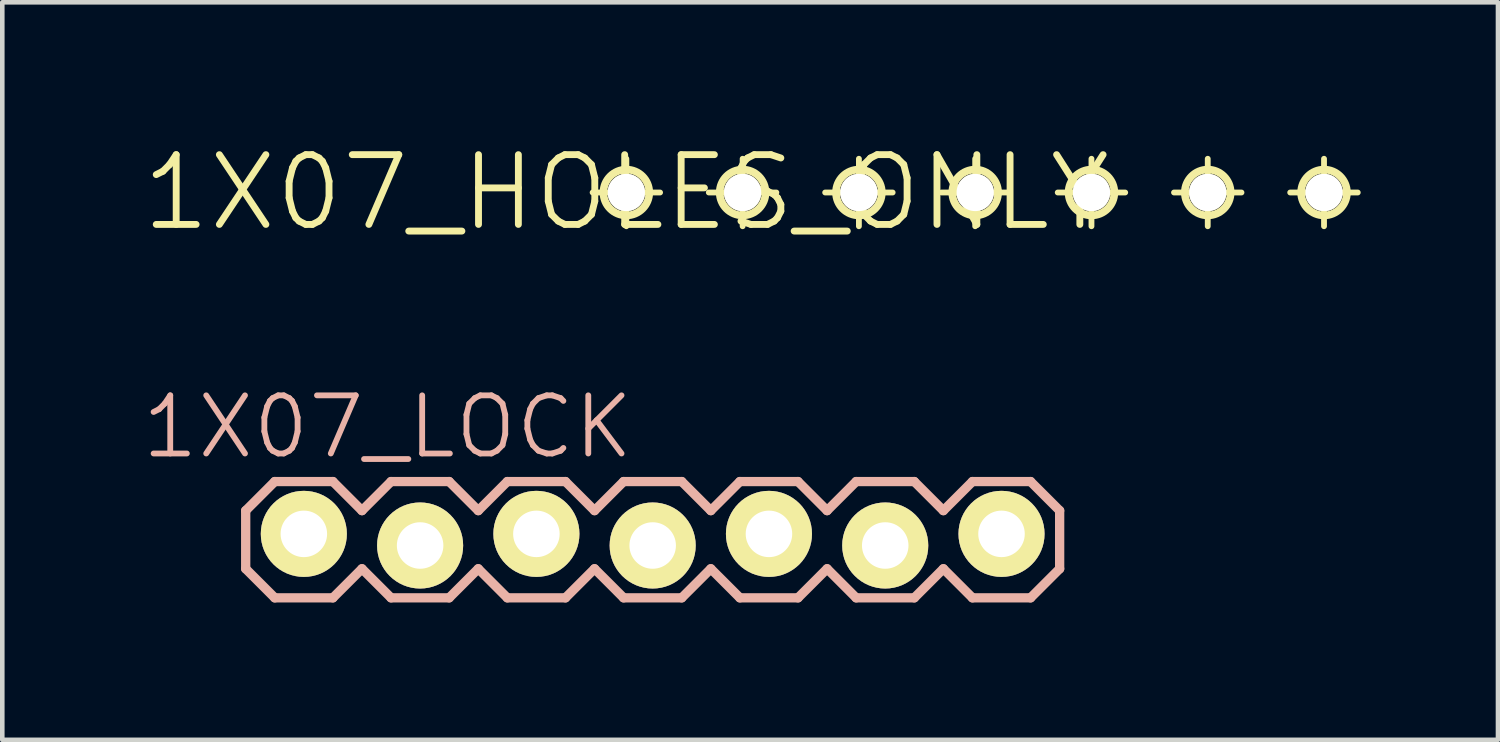
<source format=kicad_pcb>
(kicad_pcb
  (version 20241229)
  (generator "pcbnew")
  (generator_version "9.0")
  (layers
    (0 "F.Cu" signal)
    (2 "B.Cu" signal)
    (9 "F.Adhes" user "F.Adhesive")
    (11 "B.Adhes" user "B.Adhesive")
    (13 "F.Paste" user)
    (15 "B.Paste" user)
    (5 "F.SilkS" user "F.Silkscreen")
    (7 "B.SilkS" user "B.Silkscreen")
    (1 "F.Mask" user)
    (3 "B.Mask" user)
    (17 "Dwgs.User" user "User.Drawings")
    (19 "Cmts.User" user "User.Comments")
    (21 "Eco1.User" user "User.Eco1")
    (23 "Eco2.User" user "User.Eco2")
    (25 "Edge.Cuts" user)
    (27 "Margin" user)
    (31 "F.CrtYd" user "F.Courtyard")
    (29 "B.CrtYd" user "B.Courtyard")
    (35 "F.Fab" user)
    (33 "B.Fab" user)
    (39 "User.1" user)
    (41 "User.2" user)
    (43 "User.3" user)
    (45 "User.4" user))
  (footprint "1X07_HOLES_ONLY"
    (layer "F.Cu")
    (at 10.632 1.155)
    (property "Reference" "1X07_HOLES_ONLY" (at 0 0 0) (layer "F.SilkS") (effects (font (size 1.524 1.524) (thickness 0.15))))
    (attr exclude_from_pos_files exclude_from_bom)
    (fp_line (start -0.737 0) (end 0.737 0) (stroke (width 0.127) (type solid)) (layer "F.SilkS"))
    (fp_line (start 0 0.737) (end 0 -0.737) (stroke (width 0.127) (type solid)) (layer "F.SilkS"))
    (fp_line (start 1.801 0) (end 3.277 0) (stroke (width 0.127) (type solid)) (layer "F.SilkS"))
    (fp_line (start 2.54 0.737) (end 2.54 -0.737) (stroke (width 0.127) (type solid)) (layer "F.SilkS"))
    (fp_line (start 4.343 0) (end 5.817 0) (stroke (width 0.127) (type solid)) (layer "F.SilkS"))
    (fp_line (start 5.08 0.737) (end 5.08 -0.737) (stroke (width 0.127) (type solid)) (layer "F.SilkS"))
    (fp_line (start 6.883 0) (end 8.357 0) (stroke (width 0.127) (type solid)) (layer "F.SilkS"))
    (fp_line (start 7.62 0.737) (end 7.62 -0.737) (stroke (width 0.127) (type solid)) (layer "F.SilkS"))
    (fp_line (start 9.423 0) (end 10.897 0) (stroke (width 0.127) (type solid)) (layer "F.SilkS"))
    (fp_line (start 10.16 0.737) (end 10.16 -0.737) (stroke (width 0.127) (type solid)) (layer "F.SilkS"))
    (fp_line (start 11.963 0) (end 13.437 0) (stroke (width 0.127) (type solid)) (layer "F.SilkS"))
    (fp_line (start 12.7 0.737) (end 12.7 -0.737) (stroke (width 0.127) (type solid)) (layer "F.SilkS"))
    (fp_line (start 14.501 0) (end 15.977 0) (stroke (width 0.127) (type solid)) (layer "F.SilkS"))
    (fp_line (start 15.24 0.737) (end 15.24 -0.737) (stroke (width 0.127) (type solid)) (layer "F.SilkS"))
    (fp_circle (center 0 0) (end -0.368 0.368) (stroke (width 0.127) (type solid)) (fill no) (layer "F.SilkS"))
    (fp_circle (center 0 0) (end -0.318 0.318) (stroke (width 0.064) (type solid)) (fill no) (layer "F.SilkS"))
    (fp_circle (center 2.54 0) (end 2.857 0.318) (stroke (width 0.064) (type solid)) (fill no) (layer "F.SilkS"))
    (fp_circle (center 2.54 0) (end 2.908 0.368) (stroke (width 0.127) (type solid)) (fill no) (layer "F.SilkS"))
    (fp_circle (center 5.08 0) (end 5.397 0.318) (stroke (width 0.064) (type solid)) (fill no) (layer "F.SilkS"))
    (fp_circle (center 5.08 0) (end 5.448 0.368) (stroke (width 0.127) (type solid)) (fill no) (layer "F.SilkS"))
    (fp_circle (center 7.62 0) (end 7.938 0.318) (stroke (width 0.064) (type solid)) (fill no) (layer "F.SilkS"))
    (fp_circle (center 7.62 0) (end 7.988 0.368) (stroke (width 0.127) (type solid)) (fill no) (layer "F.SilkS"))
    (fp_circle (center 10.16 0) (end 10.477 0.318) (stroke (width 0.064) (type solid)) (fill no) (layer "F.SilkS"))
    (fp_circle (center 10.16 0) (end 10.528 0.368) (stroke (width 0.127) (type solid)) (fill no) (layer "F.SilkS"))
    (fp_circle (center 12.7 0) (end 13.018 0.318) (stroke (width 0.064) (type solid)) (fill no) (layer "F.SilkS"))
    (fp_circle (center 12.7 0) (end 13.068 0.368) (stroke (width 0.127) (type solid)) (fill no) (layer "F.SilkS"))
    (fp_circle (center 15.24 0) (end 15.557 0.318) (stroke (width 0.064) (type solid)) (fill no) (layer "F.SilkS"))
    (fp_circle (center 15.24 0) (end 15.608 0.368) (stroke (width 0.127) (type solid)) (fill no) (layer "F.SilkS"))
    (pad "1" thru_hole circle (at 0 0) (size 0.813 0.813) (drill 0.889) (layers "*.Cu" "F.Mask" "F.SilkS" "F.Paste"))
    (pad "2" thru_hole circle (at 2.54 0) (size 0.813 0.813) (drill 0.889) (layers "*.Cu" "F.Mask" "F.SilkS" "F.Paste"))
    (pad "3" thru_hole circle (at 5.08 0) (size 0.813 0.813) (drill 0.889) (layers "*.Cu" "F.Mask" "F.SilkS" "F.Paste"))
    (pad "4" thru_hole circle (at 7.62 0) (size 0.813 0.813) (drill 0.889) (layers "*.Cu" "F.Mask" "F.SilkS" "F.Paste"))
    (pad "5" thru_hole circle (at 10.16 0) (size 0.813 0.813) (drill 0.889) (layers "*.Cu" "F.Mask" "F.SilkS" "F.Paste"))
    (pad "6" thru_hole circle (at 12.7 0) (size 0.813 0.813) (drill 0.889) (layers "*.Cu" "F.Mask" "F.SilkS" "F.Paste"))
    (pad "7" thru_hole circle (at 15.24 0) (size 0.813 0.813) (drill 0.889) (layers "*.Cu" "F.Mask" "F.SilkS" "F.Paste")))
  (footprint "1X07_LOCK"
    (layer "F.Cu")
    (at 3.587 8.739)
    (property "Reference" "1X07_LOCK" (at 1.829 -2.464 0) (layer "B.SilkS") (effects (font (size 1.27 1.27) (thickness 0.127))))
    (attr exclude_from_pos_files exclude_from_bom)
    (fp_line (start -0.254 -0.254) (end 0.254 -0.254) (stroke (width 0.066) (type solid)) (layer "F.SilkS"))
    (fp_line (start -0.254 0.254) (end -0.254 -0.254) (stroke (width 0.066) (type solid)) (layer "F.SilkS"))
    (fp_line (start -0.254 0.254) (end 0.254 0.254) (stroke (width 0.066) (type solid)) (layer "F.SilkS"))
    (fp_line (start 0.254 0.254) (end 0.254 -0.254) (stroke (width 0.066) (type solid)) (layer "F.SilkS"))
    (fp_line (start 2.286 -0.254) (end 2.794 -0.254) (stroke (width 0.066) (type solid)) (layer "F.SilkS"))
    (fp_line (start 2.286 0.254) (end 2.286 -0.254) (stroke (width 0.066) (type solid)) (layer "F.SilkS"))
    (fp_line (start 2.286 0.254) (end 2.794 0.254) (stroke (width 0.066) (type solid)) (layer "F.SilkS"))
    (fp_line (start 2.794 0.254) (end 2.794 -0.254) (stroke (width 0.066) (type solid)) (layer "F.SilkS"))
    (fp_line (start 4.826 -0.254) (end 5.334 -0.254) (stroke (width 0.066) (type solid)) (layer "F.SilkS"))
    (fp_line (start 4.826 0.254) (end 4.826 -0.254) (stroke (width 0.066) (type solid)) (layer "F.SilkS"))
    (fp_line (start 4.826 0.254) (end 5.334 0.254) (stroke (width 0.066) (type solid)) (layer "F.SilkS"))
    (fp_line (start 5.334 0.254) (end 5.334 -0.254) (stroke (width 0.066) (type solid)) (layer "F.SilkS"))
    (fp_line (start 7.366 -0.254) (end 7.874 -0.254) (stroke (width 0.066) (type solid)) (layer "F.SilkS"))
    (fp_line (start 7.366 0.254) (end 7.366 -0.254) (stroke (width 0.066) (type solid)) (layer "F.SilkS"))
    (fp_line (start 7.366 0.254) (end 7.874 0.254) (stroke (width 0.066) (type solid)) (layer "F.SilkS"))
    (fp_line (start 7.874 0.254) (end 7.874 -0.254) (stroke (width 0.066) (type solid)) (layer "F.SilkS"))
    (fp_line (start 9.906 -0.254) (end 10.414 -0.254) (stroke (width 0.066) (type solid)) (layer "F.SilkS"))
    (fp_line (start 9.906 0.254) (end 9.906 -0.254) (stroke (width 0.066) (type solid)) (layer "F.SilkS"))
    (fp_line (start 9.906 0.254) (end 10.414 0.254) (stroke (width 0.066) (type solid)) (layer "F.SilkS"))
    (fp_line (start 10.414 0.254) (end 10.414 -0.254) (stroke (width 0.066) (type solid)) (layer "F.SilkS"))
    (fp_line (start 12.446 -0.254) (end 12.954 -0.254) (stroke (width 0.066) (type solid)) (layer "F.SilkS"))
    (fp_line (start 12.446 0.254) (end 12.446 -0.254) (stroke (width 0.066) (type solid)) (layer "F.SilkS"))
    (fp_line (start 12.446 0.254) (end 12.954 0.254) (stroke (width 0.066) (type solid)) (layer "F.SilkS"))
    (fp_line (start 12.954 0.254) (end 12.954 -0.254) (stroke (width 0.066) (type solid)) (layer "F.SilkS"))
    (fp_line (start 14.986 -0.254) (end 15.494 -0.254) (stroke (width 0.066) (type solid)) (layer "F.SilkS"))
    (fp_line (start 14.986 0.254) (end 14.986 -0.254) (stroke (width 0.066) (type solid)) (layer "F.SilkS"))
    (fp_line (start 14.986 0.254) (end 15.494 0.254) (stroke (width 0.066) (type solid)) (layer "F.SilkS"))
    (fp_line (start 15.494 0.254) (end 15.494 -0.254) (stroke (width 0.066) (type solid)) (layer "F.SilkS"))
    (fp_line (start -1.27 -0.635) (end -1.27 0.635) (stroke (width 0.203) (type solid)) (layer "B.SilkS"))
    (fp_line (start -1.27 0.635) (end -0.635 1.27) (stroke (width 0.203) (type solid)) (layer "B.SilkS"))
    (fp_line (start -0.635 -1.27) (end -1.27 -0.635) (stroke (width 0.203) (type solid)) (layer "B.SilkS"))
    (fp_line (start -0.635 -1.27) (end 0.635 -1.27) (stroke (width 0.203) (type solid)) (layer "B.SilkS"))
    (fp_line (start 0.635 -1.27) (end 1.27 -0.635) (stroke (width 0.203) (type solid)) (layer "B.SilkS"))
    (fp_line (start 0.635 1.27) (end -0.635 1.27) (stroke (width 0.203) (type solid)) (layer "B.SilkS"))
    (fp_line (start 1.27 -0.635) (end 1.905 -1.27) (stroke (width 0.203) (type solid)) (layer "B.SilkS"))
    (fp_line (start 1.27 0.635) (end 0.635 1.27) (stroke (width 0.203) (type solid)) (layer "B.SilkS"))
    (fp_line (start 1.905 -1.27) (end 3.175 -1.27) (stroke (width 0.203) (type solid)) (layer "B.SilkS"))
    (fp_line (start 1.905 1.27) (end 1.27 0.635) (stroke (width 0.203) (type solid)) (layer "B.SilkS"))
    (fp_line (start 3.175 -1.27) (end 3.81 -0.635) (stroke (width 0.203) (type solid)) (layer "B.SilkS"))
    (fp_line (start 3.175 1.27) (end 1.905 1.27) (stroke (width 0.203) (type solid)) (layer "B.SilkS"))
    (fp_line (start 3.81 -0.635) (end 4.445 -1.27) (stroke (width 0.203) (type solid)) (layer "B.SilkS"))
    (fp_line (start 3.81 0.635) (end 3.175 1.27) (stroke (width 0.203) (type solid)) (layer "B.SilkS"))
    (fp_line (start 4.445 -1.27) (end 5.715 -1.27) (stroke (width 0.203) (type solid)) (layer "B.SilkS"))
    (fp_line (start 4.445 1.27) (end 3.81 0.635) (stroke (width 0.203) (type solid)) (layer "B.SilkS"))
    (fp_line (start 5.715 -1.27) (end 6.35 -0.635) (stroke (width 0.203) (type solid)) (layer "B.SilkS"))
    (fp_line (start 5.715 1.27) (end 4.445 1.27) (stroke (width 0.203) (type solid)) (layer "B.SilkS"))
    (fp_line (start 6.35 0.635) (end 5.715 1.27) (stroke (width 0.203) (type solid)) (layer "B.SilkS"))
    (fp_line (start 6.35 0.635) (end 6.985 1.27) (stroke (width 0.203) (type solid)) (layer "B.SilkS"))
    (fp_line (start 6.985 -1.27) (end 6.35 -0.635) (stroke (width 0.203) (type solid)) (layer "B.SilkS"))
    (fp_line (start 6.985 -1.27) (end 8.255 -1.27) (stroke (width 0.203) (type solid)) (layer "B.SilkS"))
    (fp_line (start 8.255 -1.27) (end 8.89 -0.635) (stroke (width 0.203) (type solid)) (layer "B.SilkS"))
    (fp_line (start 8.255 1.27) (end 6.985 1.27) (stroke (width 0.203) (type solid)) (layer "B.SilkS"))
    (fp_line (start 8.89 -0.635) (end 9.525 -1.27) (stroke (width 0.203) (type solid)) (layer "B.SilkS"))
    (fp_line (start 8.89 0.635) (end 8.255 1.27) (stroke (width 0.203) (type solid)) (layer "B.SilkS"))
    (fp_line (start 9.525 -1.27) (end 10.795 -1.27) (stroke (width 0.203) (type solid)) (layer "B.SilkS"))
    (fp_line (start 9.525 1.27) (end 8.89 0.635) (stroke (width 0.203) (type solid)) (layer "B.SilkS"))
    (fp_line (start 10.795 -1.27) (end 11.43 -0.635) (stroke (width 0.203) (type solid)) (layer "B.SilkS"))
    (fp_line (start 10.795 1.27) (end 9.525 1.27) (stroke (width 0.203) (type solid)) (layer "B.SilkS"))
    (fp_line (start 11.43 -0.635) (end 12.065 -1.27) (stroke (width 0.203) (type solid)) (layer "B.SilkS"))
    (fp_line (start 11.43 0.635) (end 10.795 1.27) (stroke (width 0.203) (type solid)) (layer "B.SilkS"))
    (fp_line (start 12.065 -1.27) (end 13.335 -1.27) (stroke (width 0.203) (type solid)) (layer "B.SilkS"))
    (fp_line (start 12.065 1.27) (end 11.43 0.635) (stroke (width 0.203) (type solid)) (layer "B.SilkS"))
    (fp_line (start 13.335 -1.27) (end 13.97 -0.635) (stroke (width 0.203) (type solid)) (layer "B.SilkS"))
    (fp_line (start 13.335 1.27) (end 12.065 1.27) (stroke (width 0.203) (type solid)) (layer "B.SilkS"))
    (fp_line (start 13.97 0.635) (end 13.335 1.27) (stroke (width 0.203) (type solid)) (layer "B.SilkS"))
    (fp_line (start 13.97 0.635) (end 14.605 1.27) (stroke (width 0.203) (type solid)) (layer "B.SilkS"))
    (fp_line (start 14.605 -1.27) (end 13.97 -0.635) (stroke (width 0.203) (type solid)) (layer "B.SilkS"))
    (fp_line (start 14.605 -1.27) (end 15.875 -1.27) (stroke (width 0.203) (type solid)) (layer "B.SilkS"))
    (fp_line (start 15.875 -1.27) (end 16.51 -0.635) (stroke (width 0.203) (type solid)) (layer "B.SilkS"))
    (fp_line (start 15.875 1.27) (end 14.605 1.27) (stroke (width 0.203) (type solid)) (layer "B.SilkS"))
    (fp_line (start 16.51 -0.635) (end 16.51 0.635) (stroke (width 0.203) (type solid)) (layer "B.SilkS"))
    (fp_line (start 16.51 0.635) (end 15.875 1.27) (stroke (width 0.203) (type solid)) (layer "B.SilkS"))
    (pad "1" thru_hole circle (at 0 -0.127) (size 1.88 1.88) (drill 1.016) (layers "*.Cu" "F.Mask" "F.SilkS" "F.Paste"))
    (pad "2" thru_hole circle (at 2.54 0.127) (size 1.88 1.88) (drill 1.016) (layers "*.Cu" "F.Mask" "F.SilkS" "F.Paste"))
    (pad "3" thru_hole circle (at 5.08 -0.127) (size 1.88 1.88) (drill 1.016) (layers "*.Cu" "F.Mask" "F.SilkS" "F.Paste"))
    (pad "4" thru_hole circle (at 7.62 0.127) (size 1.88 1.88) (drill 1.016) (layers "*.Cu" "F.Mask" "F.SilkS" "F.Paste"))
    (pad "5" thru_hole circle (at 10.16 -0.127) (size 1.88 1.88) (drill 1.016) (layers "*.Cu" "F.Mask" "F.SilkS" "F.Paste"))
    (pad "6" thru_hole circle (at 12.7 0.127) (size 1.88 1.88) (drill 1.016) (layers "*.Cu" "F.Mask" "F.SilkS" "F.Paste"))
    (pad "7" thru_hole circle (at 15.24 -0.127) (size 1.88 1.88) (drill 1.016) (layers "*.Cu" "F.Mask" "F.SilkS" "F.Paste")))
  (gr_rect
    (start -3 -3)
    (end 29.672 13.111)
    (stroke (width 0.1) (type default))
    (fill no)
    (layer "Edge.Cuts")))
</source>
